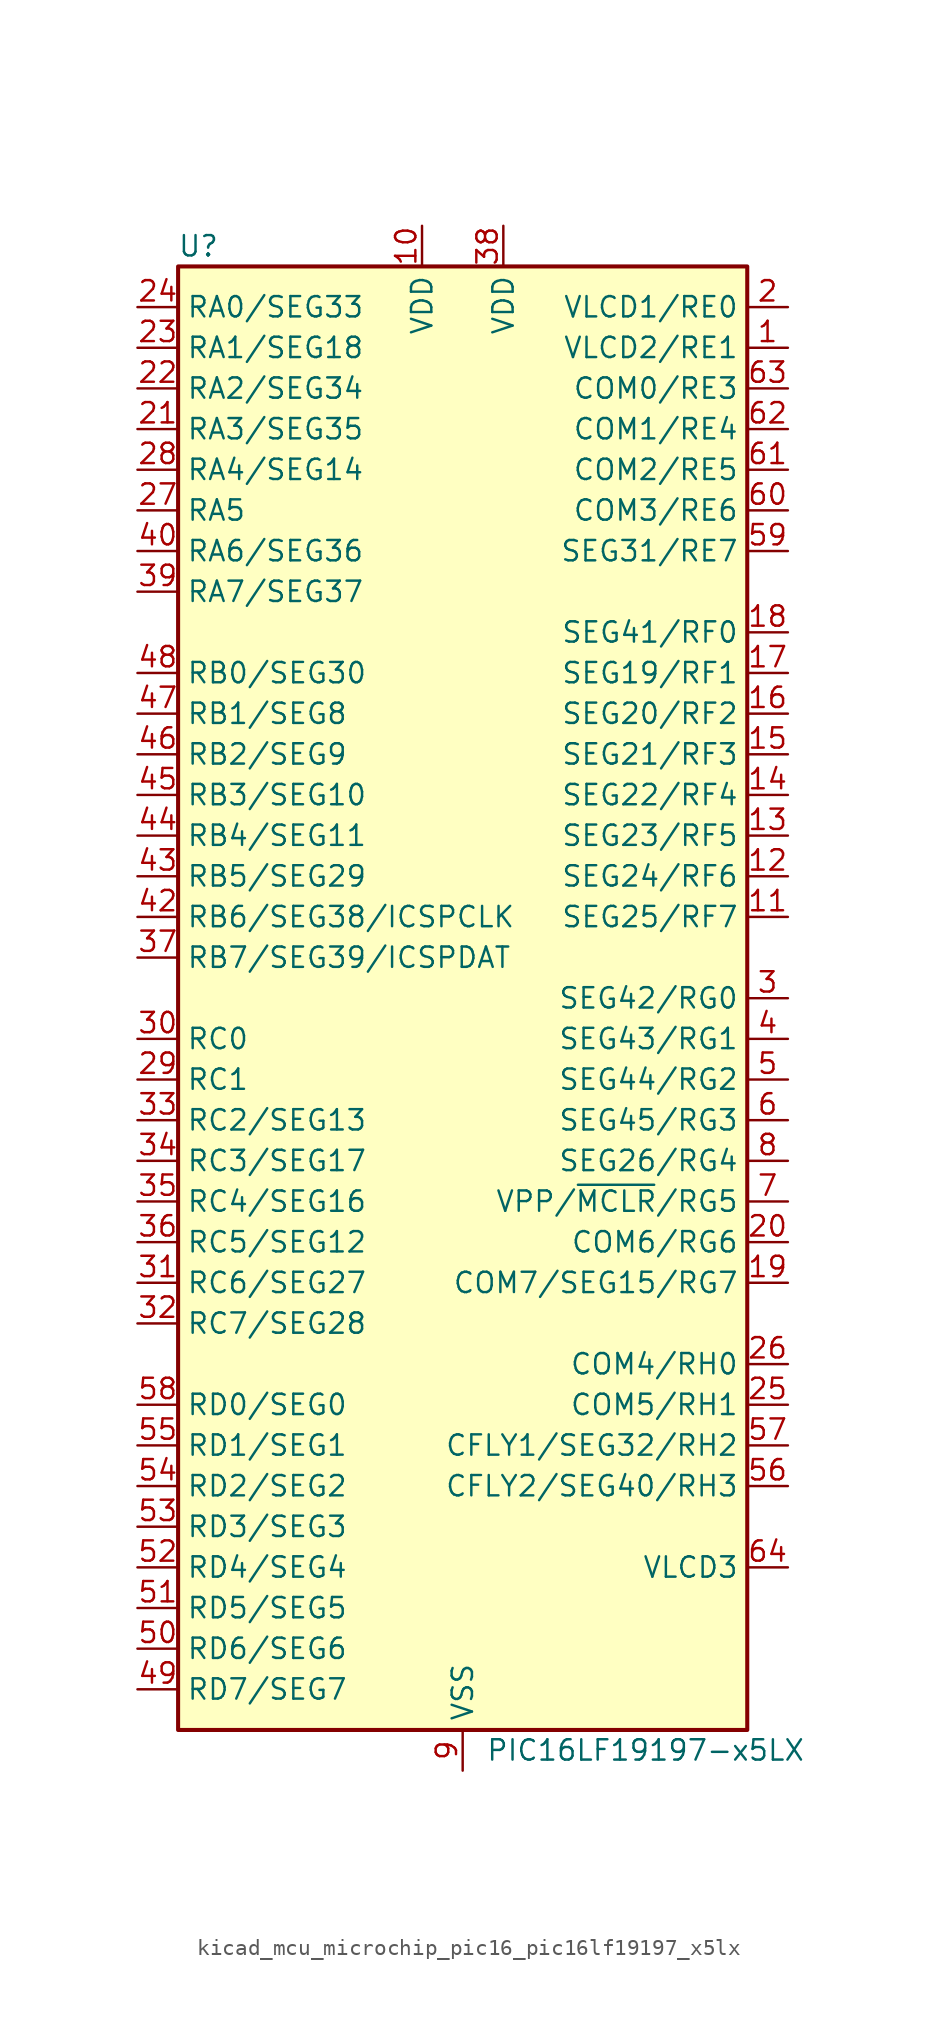
<source format=kicad_sym>
(kicad_symbol_lib
  (version 20220914)
  (generator kicad_symbol_editor)
  (symbol "kicad_mcu_microchip_pic16_pic16lf19197_x5lx"
    (property "Reference" "U"
      (at -16.51 46.99 0)
      (effects (font (size 1.27 1.27))))
    (property "Value" "PIC16LF19197-x5LX"
      (at 11.43 -46.99 0)
      (effects (font (size 1.27 1.27))))
    (symbol "kicad_mcu_microchip_pic16_pic16lf19197_x5lx_0_1"
      (rectangle (start -17.78 45.72) (end 17.78 -45.72) (stroke (width 0.254) (type default)) (fill (type background))))
    (symbol "kicad_mcu_microchip_pic16_pic16lf19197_x5lx_1_1"
      (pin bidirectional line (at 20.32 40.64 180) (length 2.54) (name "VLCD2/RE1" (effects (font (size 1.27 1.27)))) (number "1" (effects (font (size 1.27 1.27)))))
      (pin power_in line (at -2.54 48.26 270) (length 2.54) (name "VDD" (effects (font (size 1.27 1.27)))) (number "10" (effects (font (size 1.27 1.27)))))
      (pin bidirectional line (at 20.32 5.08 180) (length 2.54) (name "SEG25/RF7" (effects (font (size 1.27 1.27)))) (number "11" (effects (font (size 1.27 1.27)))))
      (pin bidirectional line (at 20.32 7.62 180) (length 2.54) (name "SEG24/RF6" (effects (font (size 1.27 1.27)))) (number "12" (effects (font (size 1.27 1.27)))))
      (pin bidirectional line (at 20.32 10.16 180) (length 2.54) (name "SEG23/RF5" (effects (font (size 1.27 1.27)))) (number "13" (effects (font (size 1.27 1.27)))))
      (pin bidirectional line (at 20.32 12.7 180) (length 2.54) (name "SEG22/RF4" (effects (font (size 1.27 1.27)))) (number "14" (effects (font (size 1.27 1.27)))))
      (pin bidirectional line (at 20.32 15.24 180) (length 2.54) (name "SEG21/RF3" (effects (font (size 1.27 1.27)))) (number "15" (effects (font (size 1.27 1.27)))))
      (pin bidirectional line (at 20.32 17.78 180) (length 2.54) (name "SEG20/RF2" (effects (font (size 1.27 1.27)))) (number "16" (effects (font (size 1.27 1.27)))))
      (pin bidirectional line (at 20.32 20.32 180) (length 2.54) (name "SEG19/RF1" (effects (font (size 1.27 1.27)))) (number "17" (effects (font (size 1.27 1.27)))))
      (pin bidirectional line (at 20.32 22.86 180) (length 2.54) (name "SEG41/RF0" (effects (font (size 1.27 1.27)))) (number "18" (effects (font (size 1.27 1.27)))))
      (pin bidirectional line (at 20.32 -17.78 180) (length 2.54) (name "COM7/SEG15/RG7" (effects (font (size 1.27 1.27)))) (number "19" (effects (font (size 1.27 1.27)))))
      (pin bidirectional line (at 20.32 43.18 180) (length 2.54) (name "VLCD1/RE0" (effects (font (size 1.27 1.27)))) (number "2" (effects (font (size 1.27 1.27)))))
      (pin bidirectional line (at 20.32 -15.24 180) (length 2.54) (name "COM6/RG6" (effects (font (size 1.27 1.27)))) (number "20" (effects (font (size 1.27 1.27)))))
      (pin bidirectional line (at -20.32 35.56 0) (length 2.54) (name "RA3/SEG35" (effects (font (size 1.27 1.27)))) (number "21" (effects (font (size 1.27 1.27)))))
      (pin bidirectional line (at -20.32 38.1 0) (length 2.54) (name "RA2/SEG34" (effects (font (size 1.27 1.27)))) (number "22" (effects (font (size 1.27 1.27)))))
      (pin bidirectional line (at -20.32 40.64 0) (length 2.54) (name "RA1/SEG18" (effects (font (size 1.27 1.27)))) (number "23" (effects (font (size 1.27 1.27)))))
      (pin bidirectional line (at -20.32 43.18 0) (length 2.54) (name "RA0/SEG33" (effects (font (size 1.27 1.27)))) (number "24" (effects (font (size 1.27 1.27)))))
      (pin bidirectional line (at 20.32 -25.4 180) (length 2.54) (name "COM5/RH1" (effects (font (size 1.27 1.27)))) (number "25" (effects (font (size 1.27 1.27)))))
      (pin bidirectional line (at 20.32 -22.86 180) (length 2.54) (name "COM4/RH0" (effects (font (size 1.27 1.27)))) (number "26" (effects (font (size 1.27 1.27)))))
      (pin bidirectional line (at -20.32 30.48 0) (length 2.54) (name "RA5" (effects (font (size 1.27 1.27)))) (number "27" (effects (font (size 1.27 1.27)))))
      (pin bidirectional line (at -20.32 33.02 0) (length 2.54) (name "RA4/SEG14" (effects (font (size 1.27 1.27)))) (number "28" (effects (font (size 1.27 1.27)))))
      (pin bidirectional line (at -20.32 -5.08 0) (length 2.54) (name "RC1" (effects (font (size 1.27 1.27)))) (number "29" (effects (font (size 1.27 1.27)))))
      (pin bidirectional line (at 20.32 0 180) (length 2.54) (name "SEG42/RG0" (effects (font (size 1.27 1.27)))) (number "3" (effects (font (size 1.27 1.27)))))
      (pin bidirectional line (at -20.32 -2.54 0) (length 2.54) (name "RC0" (effects (font (size 1.27 1.27)))) (number "30" (effects (font (size 1.27 1.27)))))
      (pin bidirectional line (at -20.32 -17.78 0) (length 2.54) (name "RC6/SEG27" (effects (font (size 1.27 1.27)))) (number "31" (effects (font (size 1.27 1.27)))))
      (pin bidirectional line (at -20.32 -20.32 0) (length 2.54) (name "RC7/SEG28" (effects (font (size 1.27 1.27)))) (number "32" (effects (font (size 1.27 1.27)))))
      (pin bidirectional line (at -20.32 -7.62 0) (length 2.54) (name "RC2/SEG13" (effects (font (size 1.27 1.27)))) (number "33" (effects (font (size 1.27 1.27)))))
      (pin bidirectional line (at -20.32 -10.16 0) (length 2.54) (name "RC3/SEG17" (effects (font (size 1.27 1.27)))) (number "34" (effects (font (size 1.27 1.27)))))
      (pin bidirectional line (at -20.32 -12.7 0) (length 2.54) (name "RC4/SEG16" (effects (font (size 1.27 1.27)))) (number "35" (effects (font (size 1.27 1.27)))))
      (pin bidirectional line (at -20.32 -15.24 0) (length 2.54) (name "RC5/SEG12" (effects (font (size 1.27 1.27)))) (number "36" (effects (font (size 1.27 1.27)))))
      (pin bidirectional line (at -20.32 2.54 0) (length 2.54) (name "RB7/SEG39/ICSPDAT" (effects (font (size 1.27 1.27)))) (number "37" (effects (font (size 1.27 1.27)))))
      (pin power_in line (at 2.54 48.26 270) (length 2.54) (name "VDD" (effects (font (size 1.27 1.27)))) (number "38" (effects (font (size 1.27 1.27)))))
      (pin bidirectional line (at -20.32 25.4 0) (length 2.54) (name "RA7/SEG37" (effects (font (size 1.27 1.27)))) (number "39" (effects (font (size 1.27 1.27)))))
      (pin bidirectional line (at 20.32 -2.54 180) (length 2.54) (name "SEG43/RG1" (effects (font (size 1.27 1.27)))) (number "4" (effects (font (size 1.27 1.27)))))
      (pin bidirectional line (at -20.32 27.94 0) (length 2.54) (name "RA6/SEG36" (effects (font (size 1.27 1.27)))) (number "40" (effects (font (size 1.27 1.27)))))
      (pin passive line (at 0 -48.26 90) (length 2.54) hide (name "VSS" (effects (font (size 1.27 1.27)))) (number "41" (effects (font (size 1.27 1.27)))))
      (pin bidirectional line (at -20.32 5.08 0) (length 2.54) (name "RB6/SEG38/ICSPCLK" (effects (font (size 1.27 1.27)))) (number "42" (effects (font (size 1.27 1.27)))))
      (pin bidirectional line (at -20.32 7.62 0) (length 2.54) (name "RB5/SEG29" (effects (font (size 1.27 1.27)))) (number "43" (effects (font (size 1.27 1.27)))))
      (pin bidirectional line (at -20.32 10.16 0) (length 2.54) (name "RB4/SEG11" (effects (font (size 1.27 1.27)))) (number "44" (effects (font (size 1.27 1.27)))))
      (pin bidirectional line (at -20.32 12.7 0) (length 2.54) (name "RB3/SEG10" (effects (font (size 1.27 1.27)))) (number "45" (effects (font (size 1.27 1.27)))))
      (pin bidirectional line (at -20.32 15.24 0) (length 2.54) (name "RB2/SEG9" (effects (font (size 1.27 1.27)))) (number "46" (effects (font (size 1.27 1.27)))))
      (pin bidirectional line (at -20.32 17.78 0) (length 2.54) (name "RB1/SEG8" (effects (font (size 1.27 1.27)))) (number "47" (effects (font (size 1.27 1.27)))))
      (pin bidirectional line (at -20.32 20.32 0) (length 2.54) (name "RB0/SEG30" (effects (font (size 1.27 1.27)))) (number "48" (effects (font (size 1.27 1.27)))))
      (pin bidirectional line (at -20.32 -43.18 0) (length 2.54) (name "RD7/SEG7" (effects (font (size 1.27 1.27)))) (number "49" (effects (font (size 1.27 1.27)))))
      (pin bidirectional line (at 20.32 -5.08 180) (length 2.54) (name "SEG44/RG2" (effects (font (size 1.27 1.27)))) (number "5" (effects (font (size 1.27 1.27)))))
      (pin bidirectional line (at -20.32 -40.64 0) (length 2.54) (name "RD6/SEG6" (effects (font (size 1.27 1.27)))) (number "50" (effects (font (size 1.27 1.27)))))
      (pin bidirectional line (at -20.32 -38.1 0) (length 2.54) (name "RD5/SEG5" (effects (font (size 1.27 1.27)))) (number "51" (effects (font (size 1.27 1.27)))))
      (pin bidirectional line (at -20.32 -35.56 0) (length 2.54) (name "RD4/SEG4" (effects (font (size 1.27 1.27)))) (number "52" (effects (font (size 1.27 1.27)))))
      (pin bidirectional line (at -20.32 -33.02 0) (length 2.54) (name "RD3/SEG3" (effects (font (size 1.27 1.27)))) (number "53" (effects (font (size 1.27 1.27)))))
      (pin bidirectional line (at -20.32 -30.48 0) (length 2.54) (name "RD2/SEG2" (effects (font (size 1.27 1.27)))) (number "54" (effects (font (size 1.27 1.27)))))
      (pin bidirectional line (at -20.32 -27.94 0) (length 2.54) (name "RD1/SEG1" (effects (font (size 1.27 1.27)))) (number "55" (effects (font (size 1.27 1.27)))))
      (pin bidirectional line (at 20.32 -30.48 180) (length 2.54) (name "CFLY2/SEG40/RH3" (effects (font (size 1.27 1.27)))) (number "56" (effects (font (size 1.27 1.27)))))
      (pin bidirectional line (at 20.32 -27.94 180) (length 2.54) (name "CFLY1/SEG32/RH2" (effects (font (size 1.27 1.27)))) (number "57" (effects (font (size 1.27 1.27)))))
      (pin bidirectional line (at -20.32 -25.4 0) (length 2.54) (name "RD0/SEG0" (effects (font (size 1.27 1.27)))) (number "58" (effects (font (size 1.27 1.27)))))
      (pin bidirectional line (at 20.32 27.94 180) (length 2.54) (name "SEG31/RE7" (effects (font (size 1.27 1.27)))) (number "59" (effects (font (size 1.27 1.27)))))
      (pin bidirectional line (at 20.32 -7.62 180) (length 2.54) (name "SEG45/RG3" (effects (font (size 1.27 1.27)))) (number "6" (effects (font (size 1.27 1.27)))))
      (pin bidirectional line (at 20.32 30.48 180) (length 2.54) (name "COM3/RE6" (effects (font (size 1.27 1.27)))) (number "60" (effects (font (size 1.27 1.27)))))
      (pin bidirectional line (at 20.32 33.02 180) (length 2.54) (name "COM2/RE5" (effects (font (size 1.27 1.27)))) (number "61" (effects (font (size 1.27 1.27)))))
      (pin bidirectional line (at 20.32 35.56 180) (length 2.54) (name "COM1/RE4" (effects (font (size 1.27 1.27)))) (number "62" (effects (font (size 1.27 1.27)))))
      (pin bidirectional line (at 20.32 38.1 180) (length 2.54) (name "COM0/RE3" (effects (font (size 1.27 1.27)))) (number "63" (effects (font (size 1.27 1.27)))))
      (pin input line (at 20.32 -35.56 180) (length 2.54) (name "VLCD3" (effects (font (size 1.27 1.27)))) (number "64" (effects (font (size 1.27 1.27)))))
      (pin passive line (at 0 -48.26 90) (length 2.54) hide (name "VSS" (effects (font (size 1.27 1.27)))) (number "65" (effects (font (size 1.27 1.27)))))
      (pin bidirectional line (at 20.32 -12.7 180) (length 2.54) (name "VPP/~{MCLR}/RG5" (effects (font (size 1.27 1.27)))) (number "7" (effects (font (size 1.27 1.27)))))
      (pin bidirectional line (at 20.32 -10.16 180) (length 2.54) (name "SEG26/RG4" (effects (font (size 1.27 1.27)))) (number "8" (effects (font (size 1.27 1.27)))))
      (pin power_in line (at 0 -48.26 90) (length 2.54) (name "VSS" (effects (font (size 1.27 1.27)))) (number "9" (effects (font (size 1.27 1.27))))))))
</source>
